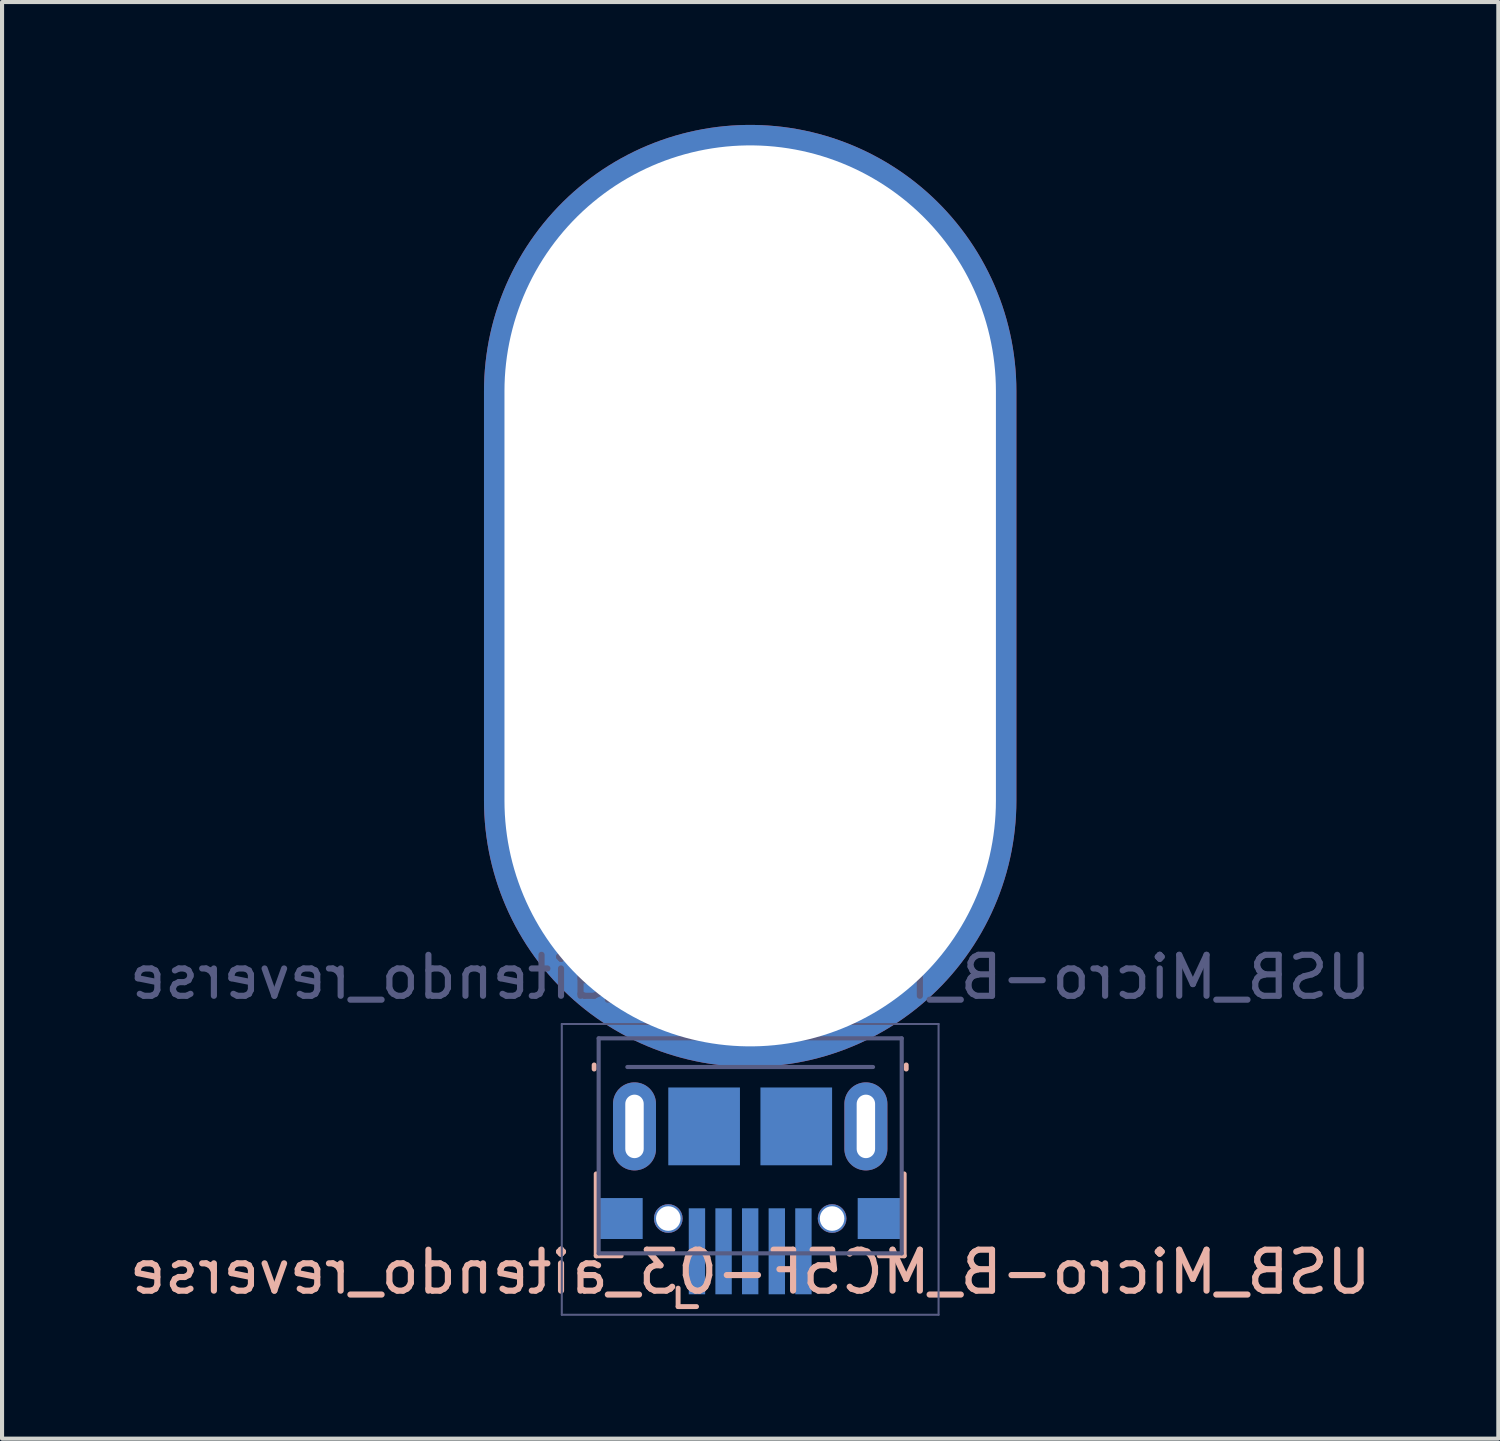
<source format=kicad_pcb>
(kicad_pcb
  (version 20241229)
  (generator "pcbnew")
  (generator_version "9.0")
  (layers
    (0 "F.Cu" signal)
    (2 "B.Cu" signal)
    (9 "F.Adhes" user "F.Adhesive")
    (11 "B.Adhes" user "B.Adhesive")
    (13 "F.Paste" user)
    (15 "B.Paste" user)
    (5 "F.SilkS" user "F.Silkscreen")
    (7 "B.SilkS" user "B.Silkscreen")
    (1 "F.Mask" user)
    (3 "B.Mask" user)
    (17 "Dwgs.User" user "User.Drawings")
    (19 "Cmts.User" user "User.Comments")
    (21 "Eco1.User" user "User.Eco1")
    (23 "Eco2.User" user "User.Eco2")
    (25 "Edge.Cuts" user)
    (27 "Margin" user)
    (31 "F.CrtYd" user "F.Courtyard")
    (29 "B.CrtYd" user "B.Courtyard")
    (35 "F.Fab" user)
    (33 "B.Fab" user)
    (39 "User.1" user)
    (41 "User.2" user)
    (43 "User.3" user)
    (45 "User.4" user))
  (footprint "USB_Micro-B_MC5F-03_aitendo_reverse"
    (layer "F.Cu")
    (at 15.268 24.454)
    (property "Reference" "USB_Micro-B_MC5F-03_aitendo_reverse" (at 0 3.556 0) (layer "B.SilkS") (effects (font (size 1 1) (thickness 0.15)) (justify mirror)))
    (attr smd)
    (fp_line (start -3.81 -1.4) (end -3.81 -1.5) (stroke (width 0.12) (type solid)) (layer "B.SilkS"))
    (fp_line (start -3.76 3.16) (end -3.76 1.16) (stroke (width 0.12) (type solid)) (layer "B.SilkS"))
    (fp_line (start -3.76 3.16) (end -3.15 3.16) (stroke (width 0.12) (type solid)) (layer "B.SilkS"))
    (fp_line (start -1.76 4.4) (end -1.76 3.95) (stroke (width 0.12) (type solid)) (layer "B.SilkS"))
    (fp_line (start -1.76 4.4) (end -1.31 4.4) (stroke (width 0.12) (type solid)) (layer "B.SilkS"))
    (fp_line (start 3.76 3.16) (end 3.15 3.16) (stroke (width 0.12) (type solid)) (layer "B.SilkS"))
    (fp_line (start 3.76 3.16) (end 3.76 1.16) (stroke (width 0.12) (type solid)) (layer "B.SilkS"))
    (fp_line (start 3.81 -1.4) (end 3.81 -1.5) (stroke (width 0.12) (type solid)) (layer "B.SilkS"))
    (fp_line (start -4.6 -2.5) (end -4.6 4.6) (stroke (width 0.05) (type solid)) (layer "B.Fab"))
    (fp_line (start -4.6 -2.5) (end 4.6 -2.5) (stroke (width 0.05) (type solid)) (layer "B.Fab"))
    (fp_line (start -4.6 4.6) (end 4.6 4.6) (stroke (width 0.05) (type solid)) (layer "B.Fab"))
    (fp_line (start -3.7 -2.15) (end -3.7 3.1) (stroke (width 0.1) (type solid)) (layer "B.Fab"))
    (fp_line (start -3.7 -2.15) (end 3.7 -2.15) (stroke (width 0.1) (type solid)) (layer "B.Fab"))
    (fp_line (start -3.7 3.1) (end 3.7 3.1) (stroke (width 0.1) (type solid)) (layer "B.Fab"))
    (fp_line (start -3 -1.45) (end 3 -1.45) (stroke (width 0.1) (type solid)) (layer "B.Fab"))
    (fp_line (start 3.7 -2.15) (end 3.7 3.1) (stroke (width 0.1) (type solid)) (layer "B.Fab"))
    (fp_line (start 4.6 4.6) (end 4.6 -2.5) (stroke (width 0.05) (type solid)) (layer "B.Fab"))
    (fp_text user "PCB Edge" (at 0 -4.699 0) (layer "Dwgs.User") (effects (font (size 0.5 0.5) (thickness 0.08))))
    (fp_text user "${REFERENCE}" (at 0 -3.644 0) (layer "B.Fab") (effects (font (size 1 1) (thickness 0.15)) (justify mirror)))
    (pad "" thru_hole oval (at -2.825 0 180) (size 1.05 2.15) (drill oval 0.45 1.55) (layers "*.Cu" "*.Mask"))
    (pad "" np_thru_hole circle (at -2 2.25) (size 0.7 0.7) (drill 0.6) (layers "*.Cu" "*.Mask"))
    (pad "" smd rect (at -1.125 0) (size 1.75 1.9) (layers "B.Cu" "B.Mask" "B.Paste"))
    (pad "" np_thru_hole oval (at 0 -12.954) (size 13 23) (drill oval 12 22) (layers "*.Cu" "*.Mask"))
    (pad "" smd rect (at 0.65 3.05) (size 0.4 2.1) (layers "B.Cu" "B.Mask" "B.Paste"))
    (pad "" smd rect (at 1.125 0) (size 1.75 1.9) (layers "B.Cu" "B.Mask" "B.Paste"))
    (pad "" np_thru_hole circle (at 2 2.25) (size 0.7 0.7) (drill 0.6) (layers "*.Cu" "*.Mask"))
    (pad "" thru_hole oval (at 2.825 0 180) (size 1.05 2.15) (drill oval 0.45 1.55) (layers "*.Cu" "*.Mask"))
    (pad "" smd rect (at 3.2 2.25) (size 1.15 1) (layers "B.Cu" "B.Mask" "B.Paste"))
    (pad "5V" smd rect (at -1.3 3.05) (size 0.4 2.1) (layers "B.Cu" "B.Mask" "B.Paste"))
    (pad "6" smd rect (at -3.2 2.25) (size 1.15 1) (layers "B.Cu" "B.Mask" "B.Paste"))
    (pad "D+" smd rect (at 0 3.05) (size 0.4 2.1) (layers "B.Cu" "B.Mask" "B.Paste"))
    (pad "D-" smd rect (at -0.65 3.05) (size 0.4 2.1) (layers "B.Cu" "B.Mask" "B.Paste"))
    (pad "GND" smd rect (at 1.3 3.05) (size 0.4 2.1) (layers "B.Cu" "B.Mask" "B.Paste")))
  (gr_rect
    (start -3 -3)
    (end 33.536 32.079)
    (stroke (width 0.1) (type default))
    (fill no)
    (layer "Edge.Cuts")))
</source>
